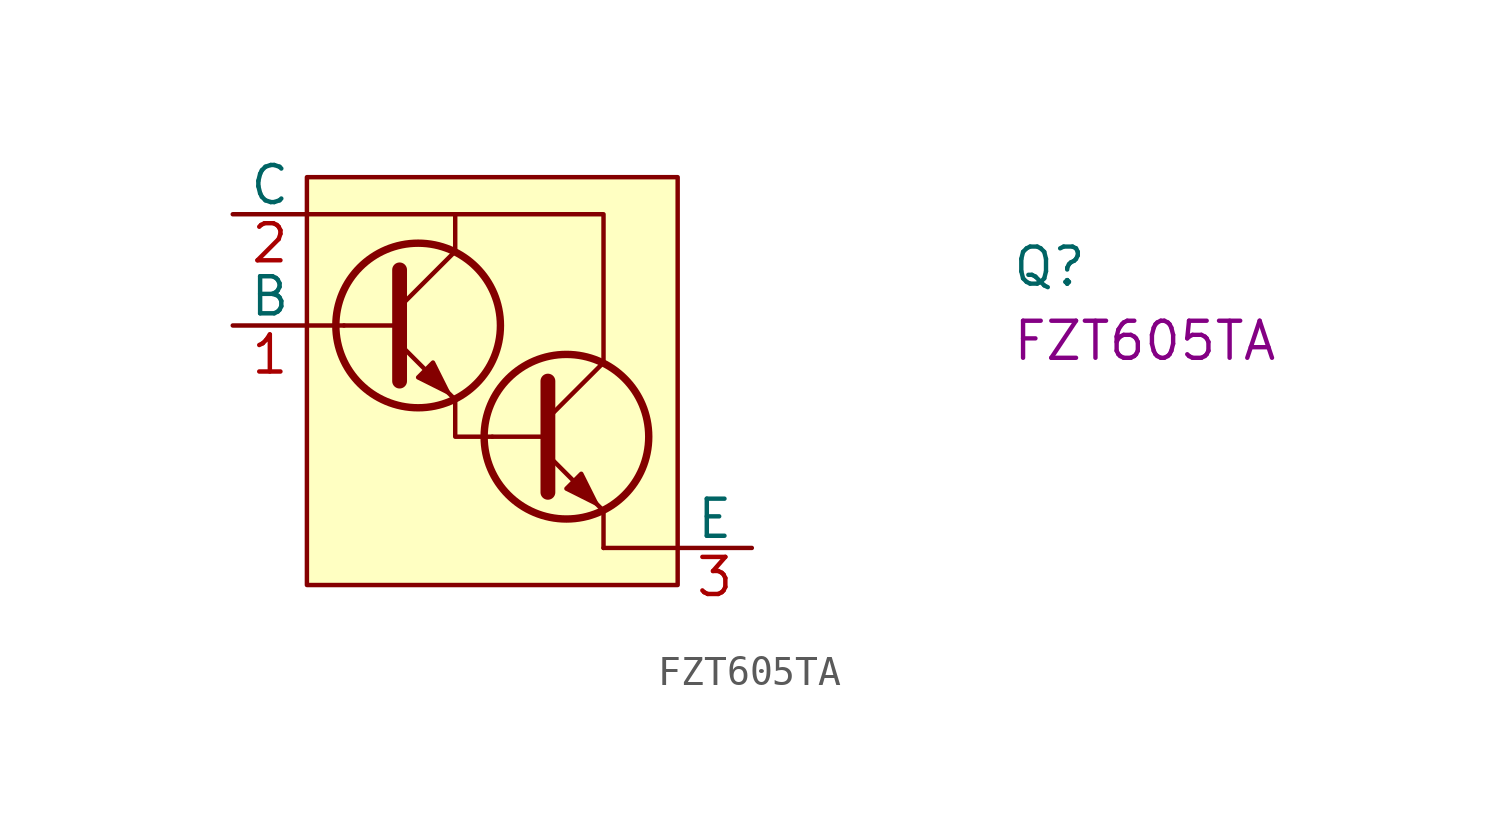
<source format=kicad_sym>
(kicad_symbol_lib
  (version 20220914)
  (generator kicad_symbol_editor)
  (symbol "FZT605TA"
    (pin_names
      (offset 0))
    (property "Reference" "Q"
      (at 26.67 -2.54 0)
      (effects (font (size 1.27 1.27) (thickness 0.15)) (justify left bottom)))
    (property "MPN" "FZT605TA"
      (at 26.67 -5.08 0)
      (effects (font (size 1.27 1.27) (thickness 0.15)) (justify left bottom)))
    (symbol "FZT605TA_0_1"
      (polyline (pts (xy 3.81 -3.81) (xy 2.54 -3.81)) (stroke (width 0) (type default)) (fill (type none)))
      (polyline (pts (xy 3.81 -3.81) (xy 5.715 -3.81)) (stroke (width 0) (type default)) (fill (type none)))
      (polyline (pts (xy 5.715 -3.175) (xy 7.62 -1.27)) (stroke (width 0) (type default)) (fill (type none)))
      (polyline (pts (xy 7.62 -1.27) (xy 7.62 0)) (stroke (width 0) (type default)) (fill (type none)))
      (polyline (pts (xy 8.89 -7.62) (xy 10.795 -7.62)) (stroke (width 0) (type default)) (fill (type none)))
      (polyline (pts (xy 10.795 -6.985) (xy 12.7 -5.08)) (stroke (width 0) (type default)) (fill (type none)))
      (polyline (pts (xy 12.7 -11.43) (xy 15.24 -11.43)) (stroke (width 0) (type default)) (fill (type none)))
      (polyline (pts (xy 12.7 -10.16) (xy 12.7 -11.43)) (stroke (width 0) (type default)) (fill (type none)))
      (polyline (pts (xy 5.715 -4.445) (xy 7.62 -6.35) (xy 7.62 -6.35)) (stroke (width 0) (type default)) (fill (type none)))
      (polyline (pts (xy 5.715 -1.905) (xy 5.715 -5.715) (xy 5.715 -5.715)) (stroke (width 0.508) (type default)) (fill (type none)))
      (polyline (pts (xy 7.62 -6.35) (xy 7.62 -7.62) (xy 8.89 -7.62)) (stroke (width 0) (type default)) (fill (type none)))
      (polyline (pts (xy 10.795 -8.255) (xy 12.7 -10.16) (xy 12.7 -10.16)) (stroke (width 0) (type default)) (fill (type none)))
      (polyline (pts (xy 10.795 -5.715) (xy 10.795 -9.525) (xy 10.795 -9.525)) (stroke (width 0.508) (type default)) (fill (type none)))
      (polyline (pts (xy 12.7 -5.08) (xy 12.7 0) (xy 2.54 0)) (stroke (width 0) (type default)) (fill (type none)))
      (polyline (pts (xy 6.35 -5.588) (xy 6.858 -5.08) (xy 7.366 -6.096) (xy 6.35 -5.588) (xy 6.35 -5.588)) (stroke (width 0) (type default)) (fill (type outline)))
      (polyline (pts (xy 11.43 -9.398) (xy 11.938 -8.89) (xy 12.446 -9.906) (xy 11.43 -9.398) (xy 11.43 -9.398)) (stroke (width 0) (type default)) (fill (type outline)))
      (rectangle (start 2.54 1.27) (end 15.24 -12.7) (stroke (width 0) (type default)) (fill (type background)))
      (circle (center 6.35 -3.81) (radius 2.819) (stroke (width 0.254) (type default)) (fill (type none)))
      (circle (center 11.43 -7.62) (radius 2.819) (stroke (width 0.254) (type default)) (fill (type none))))
    (symbol "FZT605TA_1_1"
      (pin input line (at 0 -3.81 0) (length 2.54) (name "B" (effects (font (size 1.27 1.27)))) (number "1" (effects (font (size 1.27 1.27)))))
      (pin passive line (at 0 0 0) (length 2.54) (name "C" (effects (font (size 1.27 1.27)))) (number "2" (effects (font (size 1.27 1.27)))))
      (pin passive line (at 17.78 -11.43 180) (length 2.54) (name "E" (effects (font (size 1.27 1.27)))) (number "3" (effects (font (size 1.27 1.27)))))
      (pin passive line (at 0 0 0) (length 2.54) hide (name "C" (effects (font (size 1.27 1.27)))) (number "4" (effects (font (size 1.27 1.27))))))))
</source>
